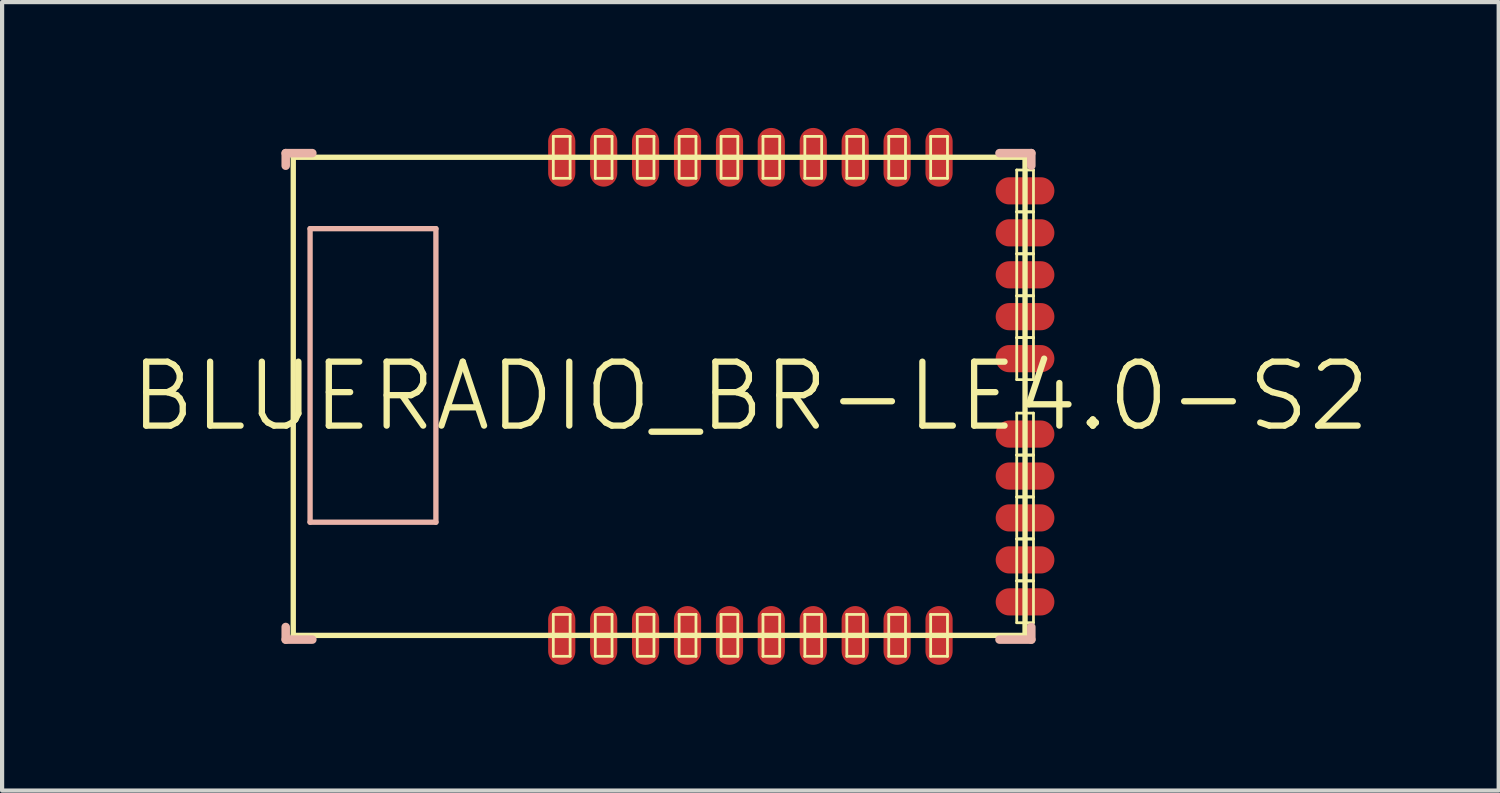
<source format=kicad_pcb>
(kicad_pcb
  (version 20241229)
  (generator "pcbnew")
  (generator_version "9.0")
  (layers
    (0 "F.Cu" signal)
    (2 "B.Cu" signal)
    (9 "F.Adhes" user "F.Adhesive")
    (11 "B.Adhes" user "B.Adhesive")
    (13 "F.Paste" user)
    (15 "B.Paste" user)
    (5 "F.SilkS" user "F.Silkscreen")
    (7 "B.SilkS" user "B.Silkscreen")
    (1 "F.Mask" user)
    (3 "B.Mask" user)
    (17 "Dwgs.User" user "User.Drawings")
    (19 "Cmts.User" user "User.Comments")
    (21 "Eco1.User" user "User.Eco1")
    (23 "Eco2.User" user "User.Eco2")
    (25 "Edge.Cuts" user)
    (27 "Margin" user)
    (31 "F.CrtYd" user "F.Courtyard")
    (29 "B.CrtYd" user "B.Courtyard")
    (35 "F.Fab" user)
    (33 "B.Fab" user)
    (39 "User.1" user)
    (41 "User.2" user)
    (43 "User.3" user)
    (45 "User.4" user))
  (footprint "BLUERADIO_BR-LE4.0-S2"
    (layer "F.Cu")
    (at 14.841 6.4)
    (property "Reference" "BLUERADIO_BR-LE4.0-S2" (at 0 0 0) (layer "F.SilkS") (effects (font (size 1.524 1.524) (thickness 0.15))))
    (attr smd)
    (fp_line (start -10.899 -5.7) (end -10.899 5.7) (stroke (width 0.127) (type solid)) (layer "F.SilkS"))
    (fp_line (start -10.899 5.7) (end 6.548 5.7) (stroke (width 0.127) (type solid)) (layer "F.SilkS"))
    (fp_line (start -4.699 -6.198) (end -4.298 -6.198) (stroke (width 0.066) (type solid)) (layer "F.SilkS"))
    (fp_line (start -4.699 -5.199) (end -4.699 -6.198) (stroke (width 0.066) (type solid)) (layer "F.SilkS"))
    (fp_line (start -4.699 -5.199) (end -4.298 -5.199) (stroke (width 0.066) (type solid)) (layer "F.SilkS"))
    (fp_line (start -4.699 5.199) (end -4.298 5.199) (stroke (width 0.066) (type solid)) (layer "F.SilkS"))
    (fp_line (start -4.699 6.198) (end -4.699 5.199) (stroke (width 0.066) (type solid)) (layer "F.SilkS"))
    (fp_line (start -4.699 6.198) (end -4.298 6.198) (stroke (width 0.066) (type solid)) (layer "F.SilkS"))
    (fp_line (start -4.298 -5.199) (end -4.298 -6.198) (stroke (width 0.066) (type solid)) (layer "F.SilkS"))
    (fp_line (start -4.298 6.198) (end -4.298 5.199) (stroke (width 0.066) (type solid)) (layer "F.SilkS"))
    (fp_line (start -3.698 -6.198) (end -3.299 -6.198) (stroke (width 0.066) (type solid)) (layer "F.SilkS"))
    (fp_line (start -3.698 -5.199) (end -3.698 -6.198) (stroke (width 0.066) (type solid)) (layer "F.SilkS"))
    (fp_line (start -3.698 -5.199) (end -3.299 -5.199) (stroke (width 0.066) (type solid)) (layer "F.SilkS"))
    (fp_line (start -3.698 5.199) (end -3.299 5.199) (stroke (width 0.066) (type solid)) (layer "F.SilkS"))
    (fp_line (start -3.698 6.198) (end -3.698 5.199) (stroke (width 0.066) (type solid)) (layer "F.SilkS"))
    (fp_line (start -3.698 6.198) (end -3.299 6.198) (stroke (width 0.066) (type solid)) (layer "F.SilkS"))
    (fp_line (start -3.299 -5.199) (end -3.299 -6.198) (stroke (width 0.066) (type solid)) (layer "F.SilkS"))
    (fp_line (start -3.299 6.198) (end -3.299 5.199) (stroke (width 0.066) (type solid)) (layer "F.SilkS"))
    (fp_line (start -2.697 -6.198) (end -2.299 -6.198) (stroke (width 0.066) (type solid)) (layer "F.SilkS"))
    (fp_line (start -2.697 -5.199) (end -2.697 -6.198) (stroke (width 0.066) (type solid)) (layer "F.SilkS"))
    (fp_line (start -2.697 -5.199) (end -2.299 -5.199) (stroke (width 0.066) (type solid)) (layer "F.SilkS"))
    (fp_line (start -2.697 5.199) (end -2.299 5.199) (stroke (width 0.066) (type solid)) (layer "F.SilkS"))
    (fp_line (start -2.697 6.198) (end -2.697 5.199) (stroke (width 0.066) (type solid)) (layer "F.SilkS"))
    (fp_line (start -2.697 6.198) (end -2.299 6.198) (stroke (width 0.066) (type solid)) (layer "F.SilkS"))
    (fp_line (start -2.299 -5.199) (end -2.299 -6.198) (stroke (width 0.066) (type solid)) (layer "F.SilkS"))
    (fp_line (start -2.299 6.198) (end -2.299 5.199) (stroke (width 0.066) (type solid)) (layer "F.SilkS"))
    (fp_line (start -1.699 -6.198) (end -1.298 -6.198) (stroke (width 0.066) (type solid)) (layer "F.SilkS"))
    (fp_line (start -1.699 -5.199) (end -1.699 -6.198) (stroke (width 0.066) (type solid)) (layer "F.SilkS"))
    (fp_line (start -1.699 -5.199) (end -1.298 -5.199) (stroke (width 0.066) (type solid)) (layer "F.SilkS"))
    (fp_line (start -1.699 5.199) (end -1.298 5.199) (stroke (width 0.066) (type solid)) (layer "F.SilkS"))
    (fp_line (start -1.699 6.198) (end -1.699 5.199) (stroke (width 0.066) (type solid)) (layer "F.SilkS"))
    (fp_line (start -1.699 6.198) (end -1.298 6.198) (stroke (width 0.066) (type solid)) (layer "F.SilkS"))
    (fp_line (start -1.298 -5.199) (end -1.298 -6.198) (stroke (width 0.066) (type solid)) (layer "F.SilkS"))
    (fp_line (start -1.298 6.198) (end -1.298 5.199) (stroke (width 0.066) (type solid)) (layer "F.SilkS"))
    (fp_line (start -0.699 -6.198) (end -0.3 -6.198) (stroke (width 0.066) (type solid)) (layer "F.SilkS"))
    (fp_line (start -0.699 -5.199) (end -0.699 -6.198) (stroke (width 0.066) (type solid)) (layer "F.SilkS"))
    (fp_line (start -0.699 -5.199) (end -0.3 -5.199) (stroke (width 0.066) (type solid)) (layer "F.SilkS"))
    (fp_line (start -0.699 5.199) (end -0.3 5.199) (stroke (width 0.066) (type solid)) (layer "F.SilkS"))
    (fp_line (start -0.699 6.198) (end -0.699 5.199) (stroke (width 0.066) (type solid)) (layer "F.SilkS"))
    (fp_line (start -0.699 6.198) (end -0.3 6.198) (stroke (width 0.066) (type solid)) (layer "F.SilkS"))
    (fp_line (start -0.3 -5.199) (end -0.3 -6.198) (stroke (width 0.066) (type solid)) (layer "F.SilkS"))
    (fp_line (start -0.3 6.198) (end -0.3 5.199) (stroke (width 0.066) (type solid)) (layer "F.SilkS"))
    (fp_line (start 0.3 -6.198) (end 0.699 -6.198) (stroke (width 0.066) (type solid)) (layer "F.SilkS"))
    (fp_line (start 0.3 -5.199) (end 0.3 -6.198) (stroke (width 0.066) (type solid)) (layer "F.SilkS"))
    (fp_line (start 0.3 -5.199) (end 0.699 -5.199) (stroke (width 0.066) (type solid)) (layer "F.SilkS"))
    (fp_line (start 0.3 5.199) (end 0.699 5.199) (stroke (width 0.066) (type solid)) (layer "F.SilkS"))
    (fp_line (start 0.3 6.198) (end 0.3 5.199) (stroke (width 0.066) (type solid)) (layer "F.SilkS"))
    (fp_line (start 0.3 6.198) (end 0.699 6.198) (stroke (width 0.066) (type solid)) (layer "F.SilkS"))
    (fp_line (start 0.699 -5.199) (end 0.699 -6.198) (stroke (width 0.066) (type solid)) (layer "F.SilkS"))
    (fp_line (start 0.699 6.198) (end 0.699 5.199) (stroke (width 0.066) (type solid)) (layer "F.SilkS"))
    (fp_line (start 1.298 -6.198) (end 1.699 -6.198) (stroke (width 0.066) (type solid)) (layer "F.SilkS"))
    (fp_line (start 1.298 -5.199) (end 1.298 -6.198) (stroke (width 0.066) (type solid)) (layer "F.SilkS"))
    (fp_line (start 1.298 -5.199) (end 1.699 -5.199) (stroke (width 0.066) (type solid)) (layer "F.SilkS"))
    (fp_line (start 1.298 5.199) (end 1.699 5.199) (stroke (width 0.066) (type solid)) (layer "F.SilkS"))
    (fp_line (start 1.298 6.198) (end 1.298 5.199) (stroke (width 0.066) (type solid)) (layer "F.SilkS"))
    (fp_line (start 1.298 6.198) (end 1.699 6.198) (stroke (width 0.066) (type solid)) (layer "F.SilkS"))
    (fp_line (start 1.699 -5.199) (end 1.699 -6.198) (stroke (width 0.066) (type solid)) (layer "F.SilkS"))
    (fp_line (start 1.699 6.198) (end 1.699 5.199) (stroke (width 0.066) (type solid)) (layer "F.SilkS"))
    (fp_line (start 2.299 -6.198) (end 2.697 -6.198) (stroke (width 0.066) (type solid)) (layer "F.SilkS"))
    (fp_line (start 2.299 -5.199) (end 2.299 -6.198) (stroke (width 0.066) (type solid)) (layer "F.SilkS"))
    (fp_line (start 2.299 -5.199) (end 2.697 -5.199) (stroke (width 0.066) (type solid)) (layer "F.SilkS"))
    (fp_line (start 2.299 5.199) (end 2.697 5.199) (stroke (width 0.066) (type solid)) (layer "F.SilkS"))
    (fp_line (start 2.299 6.198) (end 2.299 5.199) (stroke (width 0.066) (type solid)) (layer "F.SilkS"))
    (fp_line (start 2.299 6.198) (end 2.697 6.198) (stroke (width 0.066) (type solid)) (layer "F.SilkS"))
    (fp_line (start 2.697 -5.199) (end 2.697 -6.198) (stroke (width 0.066) (type solid)) (layer "F.SilkS"))
    (fp_line (start 2.697 6.198) (end 2.697 5.199) (stroke (width 0.066) (type solid)) (layer "F.SilkS"))
    (fp_line (start 3.299 -6.198) (end 3.698 -6.198) (stroke (width 0.066) (type solid)) (layer "F.SilkS"))
    (fp_line (start 3.299 -5.199) (end 3.299 -6.198) (stroke (width 0.066) (type solid)) (layer "F.SilkS"))
    (fp_line (start 3.299 -5.199) (end 3.698 -5.199) (stroke (width 0.066) (type solid)) (layer "F.SilkS"))
    (fp_line (start 3.299 5.199) (end 3.698 5.199) (stroke (width 0.066) (type solid)) (layer "F.SilkS"))
    (fp_line (start 3.299 6.198) (end 3.299 5.199) (stroke (width 0.066) (type solid)) (layer "F.SilkS"))
    (fp_line (start 3.299 6.198) (end 3.698 6.198) (stroke (width 0.066) (type solid)) (layer "F.SilkS"))
    (fp_line (start 3.698 -5.199) (end 3.698 -6.198) (stroke (width 0.066) (type solid)) (layer "F.SilkS"))
    (fp_line (start 3.698 6.198) (end 3.698 5.199) (stroke (width 0.066) (type solid)) (layer "F.SilkS"))
    (fp_line (start 4.298 -6.198) (end 4.699 -6.198) (stroke (width 0.066) (type solid)) (layer "F.SilkS"))
    (fp_line (start 4.298 -5.199) (end 4.298 -6.198) (stroke (width 0.066) (type solid)) (layer "F.SilkS"))
    (fp_line (start 4.298 -5.199) (end 4.699 -5.199) (stroke (width 0.066) (type solid)) (layer "F.SilkS"))
    (fp_line (start 4.298 5.199) (end 4.699 5.199) (stroke (width 0.066) (type solid)) (layer "F.SilkS"))
    (fp_line (start 4.298 6.198) (end 4.298 5.199) (stroke (width 0.066) (type solid)) (layer "F.SilkS"))
    (fp_line (start 4.298 6.198) (end 4.699 6.198) (stroke (width 0.066) (type solid)) (layer "F.SilkS"))
    (fp_line (start 4.699 -5.199) (end 4.699 -6.198) (stroke (width 0.066) (type solid)) (layer "F.SilkS"))
    (fp_line (start 4.699 6.198) (end 4.699 5.199) (stroke (width 0.066) (type solid)) (layer "F.SilkS"))
    (fp_line (start 6.35 -5.397) (end 6.749 -5.397) (stroke (width 0.066) (type solid)) (layer "F.SilkS"))
    (fp_line (start 6.35 -4.399) (end 6.35 -5.397) (stroke (width 0.066) (type solid)) (layer "F.SilkS"))
    (fp_line (start 6.35 -4.399) (end 6.749 -4.399) (stroke (width 0.066) (type solid)) (layer "F.SilkS"))
    (fp_line (start 6.35 -4.399) (end 6.749 -4.399) (stroke (width 0.066) (type solid)) (layer "F.SilkS"))
    (fp_line (start 6.35 -3.399) (end 6.35 -4.399) (stroke (width 0.066) (type solid)) (layer "F.SilkS"))
    (fp_line (start 6.35 -3.399) (end 6.749 -3.399) (stroke (width 0.066) (type solid)) (layer "F.SilkS"))
    (fp_line (start 6.35 -3.399) (end 6.749 -3.399) (stroke (width 0.066) (type solid)) (layer "F.SilkS"))
    (fp_line (start 6.35 -2.398) (end 6.35 -3.399) (stroke (width 0.066) (type solid)) (layer "F.SilkS"))
    (fp_line (start 6.35 -2.398) (end 6.749 -2.398) (stroke (width 0.066) (type solid)) (layer "F.SilkS"))
    (fp_line (start 6.35 -2.398) (end 6.749 -2.398) (stroke (width 0.066) (type solid)) (layer "F.SilkS"))
    (fp_line (start 6.35 -1.4) (end 6.35 -2.398) (stroke (width 0.066) (type solid)) (layer "F.SilkS"))
    (fp_line (start 6.35 -1.4) (end 6.749 -1.4) (stroke (width 0.066) (type solid)) (layer "F.SilkS"))
    (fp_line (start 6.35 -1.4) (end 6.749 -1.4) (stroke (width 0.066) (type solid)) (layer "F.SilkS"))
    (fp_line (start 6.35 -0.399) (end 6.35 -1.4) (stroke (width 0.066) (type solid)) (layer "F.SilkS"))
    (fp_line (start 6.35 -0.399) (end 6.749 -0.399) (stroke (width 0.066) (type solid)) (layer "F.SilkS"))
    (fp_line (start 6.35 0.399) (end 6.749 0.399) (stroke (width 0.066) (type solid)) (layer "F.SilkS"))
    (fp_line (start 6.35 1.4) (end 6.35 0.399) (stroke (width 0.066) (type solid)) (layer "F.SilkS"))
    (fp_line (start 6.35 1.4) (end 6.749 1.4) (stroke (width 0.066) (type solid)) (layer "F.SilkS"))
    (fp_line (start 6.35 1.4) (end 6.749 1.4) (stroke (width 0.066) (type solid)) (layer "F.SilkS"))
    (fp_line (start 6.35 2.398) (end 6.35 1.4) (stroke (width 0.066) (type solid)) (layer "F.SilkS"))
    (fp_line (start 6.35 2.398) (end 6.749 2.398) (stroke (width 0.066) (type solid)) (layer "F.SilkS"))
    (fp_line (start 6.35 2.398) (end 6.749 2.398) (stroke (width 0.066) (type solid)) (layer "F.SilkS"))
    (fp_line (start 6.35 3.399) (end 6.35 2.398) (stroke (width 0.066) (type solid)) (layer "F.SilkS"))
    (fp_line (start 6.35 3.399) (end 6.749 3.399) (stroke (width 0.066) (type solid)) (layer "F.SilkS"))
    (fp_line (start 6.35 3.399) (end 6.749 3.399) (stroke (width 0.066) (type solid)) (layer "F.SilkS"))
    (fp_line (start 6.35 4.399) (end 6.35 3.399) (stroke (width 0.066) (type solid)) (layer "F.SilkS"))
    (fp_line (start 6.35 4.399) (end 6.749 4.399) (stroke (width 0.066) (type solid)) (layer "F.SilkS"))
    (fp_line (start 6.35 4.399) (end 6.749 4.399) (stroke (width 0.066) (type solid)) (layer "F.SilkS"))
    (fp_line (start 6.35 5.397) (end 6.35 4.399) (stroke (width 0.066) (type solid)) (layer "F.SilkS"))
    (fp_line (start 6.35 5.397) (end 6.749 5.397) (stroke (width 0.066) (type solid)) (layer "F.SilkS"))
    (fp_line (start 6.548 -5.7) (end -10.899 -5.7) (stroke (width 0.127) (type solid)) (layer "F.SilkS"))
    (fp_line (start 6.548 5.7) (end 6.548 -5.7) (stroke (width 0.127) (type solid)) (layer "F.SilkS"))
    (fp_line (start 6.749 -4.399) (end 6.749 -5.397) (stroke (width 0.066) (type solid)) (layer "F.SilkS"))
    (fp_line (start 6.749 -3.399) (end 6.749 -4.399) (stroke (width 0.066) (type solid)) (layer "F.SilkS"))
    (fp_line (start 6.749 -2.398) (end 6.749 -3.399) (stroke (width 0.066) (type solid)) (layer "F.SilkS"))
    (fp_line (start 6.749 -1.4) (end 6.749 -2.398) (stroke (width 0.066) (type solid)) (layer "F.SilkS"))
    (fp_line (start 6.749 -0.399) (end 6.749 -1.4) (stroke (width 0.066) (type solid)) (layer "F.SilkS"))
    (fp_line (start 6.749 1.4) (end 6.749 0.399) (stroke (width 0.066) (type solid)) (layer "F.SilkS"))
    (fp_line (start 6.749 2.398) (end 6.749 1.4) (stroke (width 0.066) (type solid)) (layer "F.SilkS"))
    (fp_line (start 6.749 3.399) (end 6.749 2.398) (stroke (width 0.066) (type solid)) (layer "F.SilkS"))
    (fp_line (start 6.749 4.399) (end 6.749 3.399) (stroke (width 0.066) (type solid)) (layer "F.SilkS"))
    (fp_line (start 6.749 5.397) (end 6.749 4.399) (stroke (width 0.066) (type solid)) (layer "F.SilkS"))
    (fp_line (start -11.079 -5.799) (end -11.079 -5.499) (stroke (width 0.203) (type solid)) (layer "B.SilkS"))
    (fp_line (start -11.079 5.499) (end -11.079 5.799) (stroke (width 0.203) (type solid)) (layer "B.SilkS"))
    (fp_line (start -10.498 -3.998) (end -10.498 3) (stroke (width 0.127) (type solid)) (layer "B.SilkS"))
    (fp_line (start -10.498 3) (end -7.498 3) (stroke (width 0.127) (type solid)) (layer "B.SilkS"))
    (fp_line (start -10.444 -5.799) (end -11.079 -5.799) (stroke (width 0.203) (type solid)) (layer "B.SilkS"))
    (fp_line (start -10.444 5.799) (end -11.079 5.799) (stroke (width 0.203) (type solid)) (layer "B.SilkS"))
    (fp_line (start -7.498 -3.998) (end -10.498 -3.998) (stroke (width 0.127) (type solid)) (layer "B.SilkS"))
    (fp_line (start -7.498 3) (end -7.498 -3.998) (stroke (width 0.127) (type solid)) (layer "B.SilkS"))
    (fp_line (start 6.698 -5.799) (end 5.939 -5.799) (stroke (width 0.203) (type solid)) (layer "B.SilkS"))
    (fp_line (start 6.698 -5.799) (end 6.698 -5.499) (stroke (width 0.203) (type solid)) (layer "B.SilkS"))
    (fp_line (start 6.698 5.499) (end 6.698 5.799) (stroke (width 0.203) (type solid)) (layer "B.SilkS"))
    (fp_line (start 6.698 5.799) (end 5.939 5.799) (stroke (width 0.203) (type solid)) (layer "B.SilkS"))
    (pad "1" smd oval (at -4.498 5.7) (size 0.648 1.4) (layers "F.Cu" "F.Mask" "F.Paste"))
    (pad "2" smd oval (at -3.498 5.7) (size 0.648 1.4) (layers "F.Cu" "F.Mask" "F.Paste"))
    (pad "3" smd oval (at -2.499 5.7) (size 0.648 1.4) (layers "F.Cu" "F.Mask" "F.Paste"))
    (pad "4" smd oval (at -1.499 5.7) (size 0.648 1.4) (layers "F.Cu" "F.Mask" "F.Paste"))
    (pad "5" smd oval (at -0.498 5.7) (size 0.648 1.4) (layers "F.Cu" "F.Mask" "F.Paste"))
    (pad "6" smd oval (at 0.498 5.7) (size 0.648 1.4) (layers "F.Cu" "F.Mask" "F.Paste"))
    (pad "7" smd oval (at 1.499 5.7) (size 0.648 1.4) (layers "F.Cu" "F.Mask" "F.Paste"))
    (pad "8" smd oval (at 2.499 5.7) (size 0.648 1.4) (layers "F.Cu" "F.Mask" "F.Paste"))
    (pad "9" smd oval (at 3.498 5.7) (size 0.648 1.4) (layers "F.Cu" "F.Mask" "F.Paste"))
    (pad "10" smd oval (at 4.498 5.7) (size 0.648 1.4) (layers "F.Cu" "F.Mask" "F.Paste"))
    (pad "11" smd oval (at 6.548 4.9 90) (size 0.648 1.4) (layers "F.Cu" "F.Mask" "F.Paste"))
    (pad "12" smd oval (at 6.548 3.899 90) (size 0.648 1.4) (layers "F.Cu" "F.Mask" "F.Paste"))
    (pad "13" smd oval (at 6.548 2.898 90) (size 0.648 1.4) (layers "F.Cu" "F.Mask" "F.Paste"))
    (pad "14" smd oval (at 6.548 1.9 90) (size 0.648 1.4) (layers "F.Cu" "F.Mask" "F.Paste"))
    (pad "15" smd oval (at 6.548 0.899 90) (size 0.648 1.4) (layers "F.Cu" "F.Mask" "F.Paste"))
    (pad "16" smd oval (at 6.548 -0.899 90) (size 0.648 1.4) (layers "F.Cu" "F.Mask" "F.Paste"))
    (pad "17" smd oval (at 6.548 -1.9 90) (size 0.648 1.4) (layers "F.Cu" "F.Mask" "F.Paste"))
    (pad "18" smd oval (at 6.548 -2.898 90) (size 0.648 1.4) (layers "F.Cu" "F.Mask" "F.Paste"))
    (pad "19" smd oval (at 6.548 -3.899 90) (size 0.648 1.4) (layers "F.Cu" "F.Mask" "F.Paste"))
    (pad "20" smd oval (at 6.548 -4.9 90) (size 0.648 1.4) (layers "F.Cu" "F.Mask" "F.Paste"))
    (pad "21" smd oval (at 4.498 -5.7) (size 0.648 1.4) (layers "F.Cu" "F.Mask" "F.Paste"))
    (pad "22" smd oval (at 3.498 -5.7) (size 0.648 1.4) (layers "F.Cu" "F.Mask" "F.Paste"))
    (pad "23" smd oval (at 2.499 -5.7) (size 0.648 1.4) (layers "F.Cu" "F.Mask" "F.Paste"))
    (pad "24" smd oval (at 1.499 -5.7) (size 0.648 1.4) (layers "F.Cu" "F.Mask" "F.Paste"))
    (pad "25" smd oval (at 0.498 -5.7 180) (size 0.648 1.4) (layers "F.Cu" "F.Mask" "F.Paste"))
    (pad "26" smd oval (at -0.498 -5.7 180) (size 0.648 1.4) (layers "F.Cu" "F.Mask" "F.Paste"))
    (pad "27" smd oval (at -1.499 -5.7 180) (size 0.648 1.4) (layers "F.Cu" "F.Mask" "F.Paste"))
    (pad "28" smd oval (at -2.499 -5.7 180) (size 0.648 1.4) (layers "F.Cu" "F.Mask" "F.Paste"))
    (pad "29" smd oval (at -3.498 -5.7 180) (size 0.648 1.4) (layers "F.Cu" "F.Mask" "F.Paste"))
    (pad "30" smd oval (at -4.498 -5.7 180) (size 0.648 1.4) (layers "F.Cu" "F.Mask" "F.Paste")))
  (gr_rect
    (start -3 -3)
    (end 32.682 15.799)
    (stroke (width 0.1) (type default))
    (fill no)
    (layer "Edge.Cuts")))
</source>
